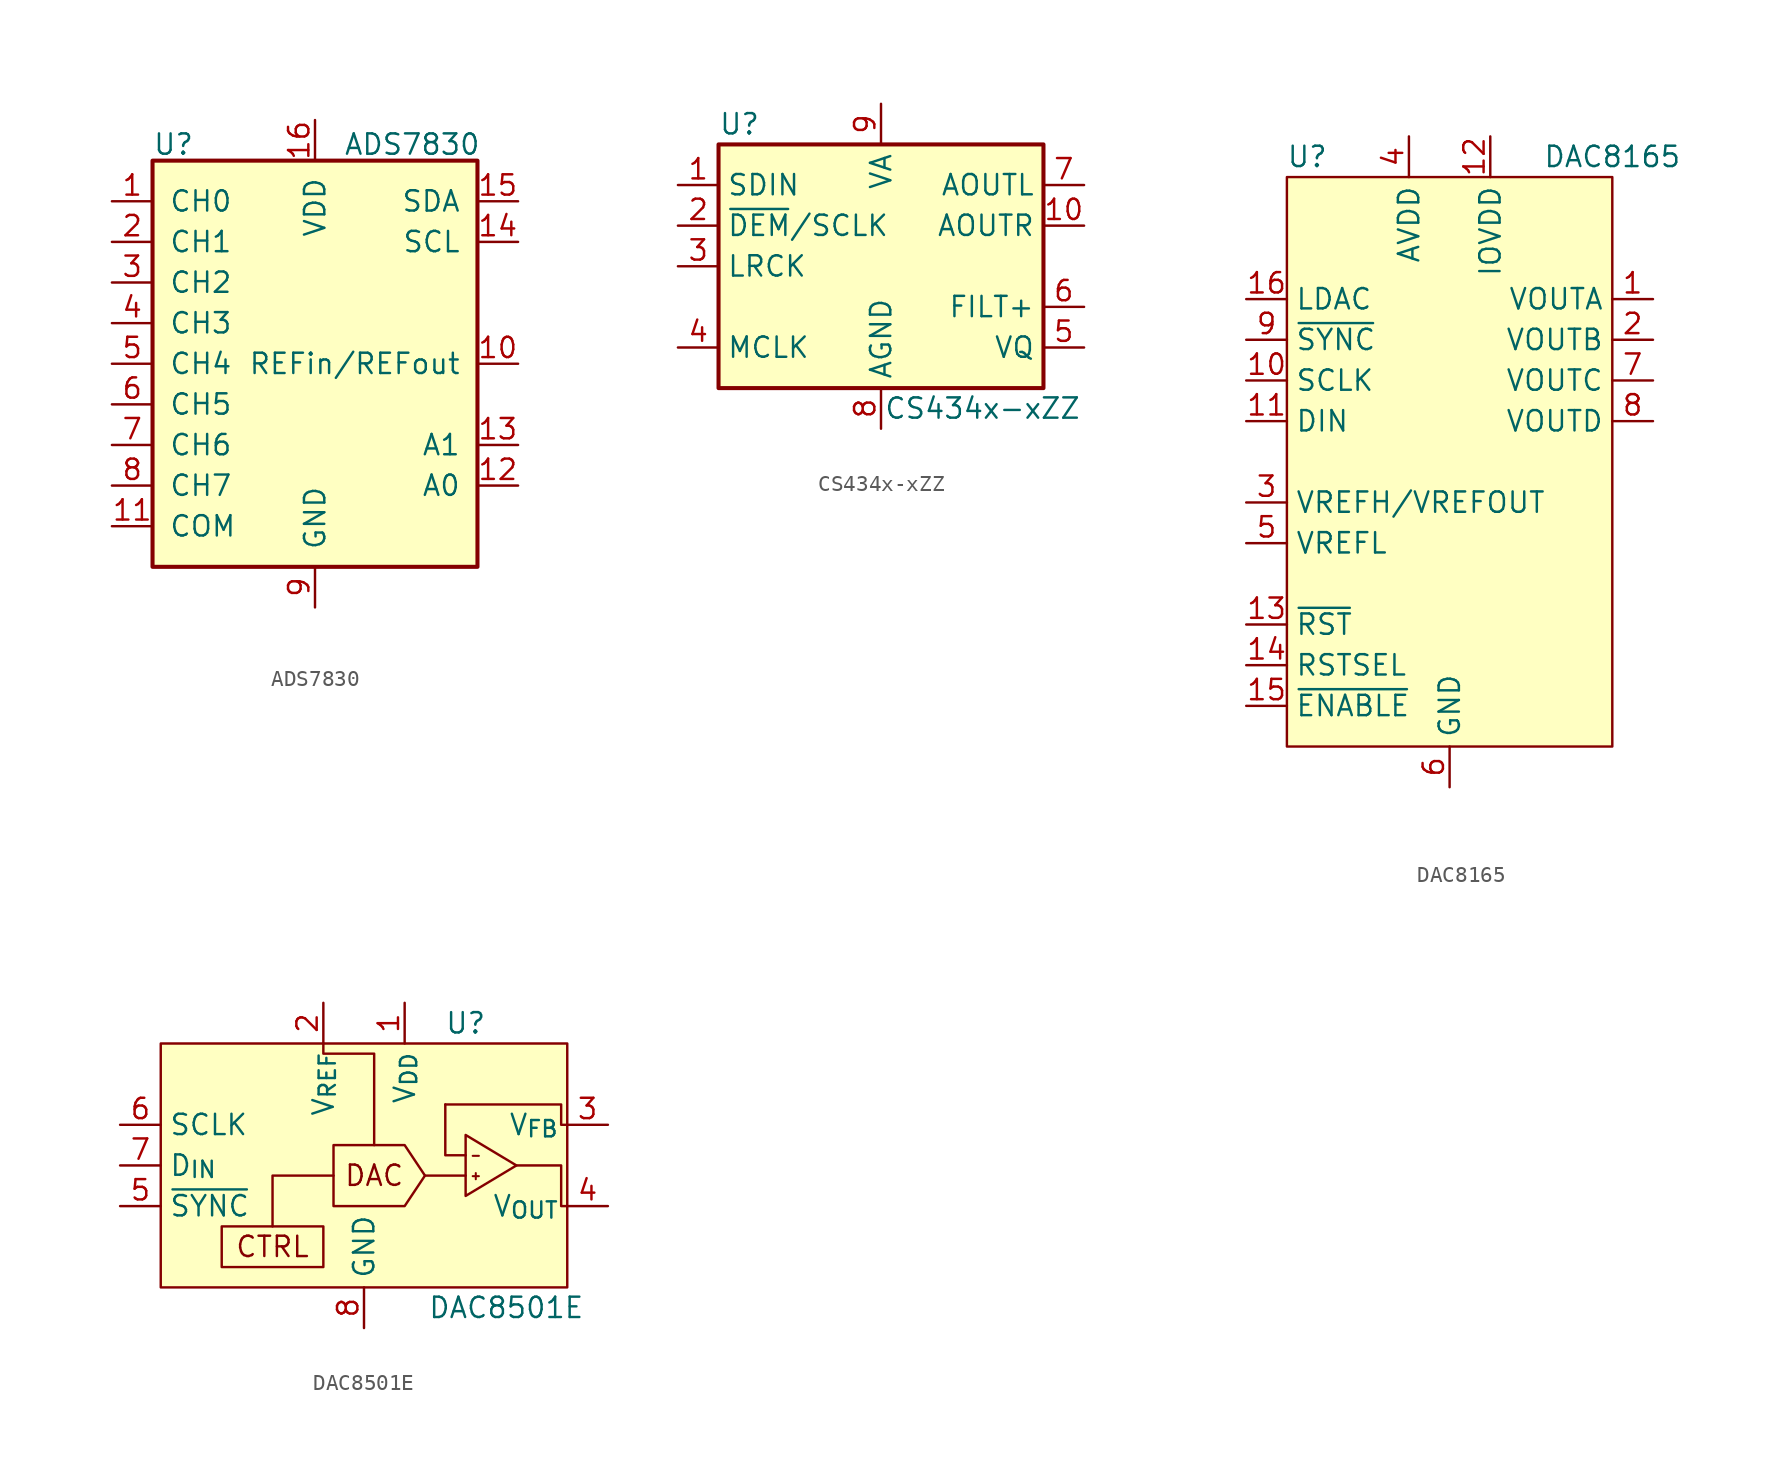
<source format=kicad_sym>
(kicad_symbol_lib
  (version 20231120)
  (generator "kicad_symbol_editor")
  (generator_version "8.0")
  (symbol "ADS7830"
    (pin_names
      (offset 1.016))
    (property "Reference" "U"
      (at -10.16 13.716 0)
      (effects (font (size 1.27 1.27)) (justify left)))
    (property "Value" "ADS7830"
      (at 1.778 13.716 0)
      (effects (font (size 1.27 1.27)) (justify left)))
    (symbol "ADS7830_0_1"
      (rectangle (start -10.16 12.7) (end 10.16 -12.7) (stroke (width 0.254) (type default)) (fill (type background))))
    (symbol "ADS7830_1_1"
      (pin input line (at -12.7 10.16 0) (length 2.54) (name "CH0" (effects (font (size 1.27 1.27)))) (number "1" (effects (font (size 1.27 1.27)))))
      (pin bidirectional line (at 12.7 0 180) (length 2.54) (name "REFin/REFout" (effects (font (size 1.27 1.27)))) (number "10" (effects (font (size 1.27 1.27)))))
      (pin input line (at -12.7 -10.16 0) (length 2.54) (name "COM" (effects (font (size 1.27 1.27)))) (number "11" (effects (font (size 1.27 1.27)))))
      (pin input line (at 12.7 -7.62 180) (length 2.54) (name "A0" (effects (font (size 1.27 1.27)))) (number "12" (effects (font (size 1.27 1.27)))))
      (pin input line (at 12.7 -5.08 180) (length 2.54) (name "A1" (effects (font (size 1.27 1.27)))) (number "13" (effects (font (size 1.27 1.27)))))
      (pin input line (at 12.7 7.62 180) (length 2.54) (name "SCL" (effects (font (size 1.27 1.27)))) (number "14" (effects (font (size 1.27 1.27)))))
      (pin bidirectional line (at 12.7 10.16 180) (length 2.54) (name "SDA" (effects (font (size 1.27 1.27)))) (number "15" (effects (font (size 1.27 1.27)))))
      (pin power_in line (at 0 15.24 270) (length 2.54) (name "VDD" (effects (font (size 1.27 1.27)))) (number "16" (effects (font (size 1.27 1.27)))))
      (pin input line (at -12.7 7.62 0) (length 2.54) (name "CH1" (effects (font (size 1.27 1.27)))) (number "2" (effects (font (size 1.27 1.27)))))
      (pin input line (at -12.7 5.08 0) (length 2.54) (name "CH2" (effects (font (size 1.27 1.27)))) (number "3" (effects (font (size 1.27 1.27)))))
      (pin input line (at -12.7 2.54 0) (length 2.54) (name "CH3" (effects (font (size 1.27 1.27)))) (number "4" (effects (font (size 1.27 1.27)))))
      (pin input line (at -12.7 0 0) (length 2.54) (name "CH4" (effects (font (size 1.27 1.27)))) (number "5" (effects (font (size 1.27 1.27)))))
      (pin input line (at -12.7 -2.54 0) (length 2.54) (name "CH5" (effects (font (size 1.27 1.27)))) (number "6" (effects (font (size 1.27 1.27)))))
      (pin input line (at -12.7 -5.08 0) (length 2.54) (name "CH6" (effects (font (size 1.27 1.27)))) (number "7" (effects (font (size 1.27 1.27)))))
      (pin input line (at -12.7 -7.62 0) (length 2.54) (name "CH7" (effects (font (size 1.27 1.27)))) (number "8" (effects (font (size 1.27 1.27)))))
      (pin power_in line (at 0 -15.24 90) (length 2.54) (name "GND" (effects (font (size 1.27 1.27)))) (number "9" (effects (font (size 1.27 1.27)))))))
  (symbol "CS434x-xZZ"
    (property "Reference" "U"
      (at -10.16 8.89 0)
      (effects (font (size 1.27 1.27)) (justify left)))
    (property "Value" "CS434x-xZZ"
      (at 6.35 -8.89 0)
      (effects (font (size 1.27 1.27))))
    (symbol "CS434x-xZZ_0_1"
      (rectangle (start -10.16 7.62) (end 10.16 -7.62) (stroke (width 0.254) (type default)) (fill (type background))))
    (symbol "CS434x-xZZ_1_1"
      (pin input line (at -12.7 5.08 0) (length 2.54) (name "SDIN" (effects (font (size 1.27 1.27)))) (number "1" (effects (font (size 1.27 1.27)))))
      (pin output line (at 12.7 2.54 180) (length 2.54) (name "AOUTR" (effects (font (size 1.27 1.27)))) (number "10" (effects (font (size 1.27 1.27)))))
      (pin input line (at -12.7 2.54 0) (length 2.54) (name "~{DEM}/SCLK" (effects (font (size 1.27 1.27)))) (number "2" (effects (font (size 1.27 1.27)))))
      (pin input line (at -12.7 0 0) (length 2.54) (name "LRCK" (effects (font (size 1.27 1.27)))) (number "3" (effects (font (size 1.27 1.27)))))
      (pin input line (at -12.7 -5.08 0) (length 2.54) (name "MCLK" (effects (font (size 1.27 1.27)))) (number "4" (effects (font (size 1.27 1.27)))))
      (pin passive line (at 12.7 -5.08 180) (length 2.54) (name "VQ" (effects (font (size 1.27 1.27)))) (number "5" (effects (font (size 1.27 1.27)))))
      (pin passive line (at 12.7 -2.54 180) (length 2.54) (name "FILT+" (effects (font (size 1.27 1.27)))) (number "6" (effects (font (size 1.27 1.27)))))
      (pin output line (at 12.7 5.08 180) (length 2.54) (name "AOUTL" (effects (font (size 1.27 1.27)))) (number "7" (effects (font (size 1.27 1.27)))))
      (pin power_in line (at 0 -10.16 90) (length 2.54) (name "AGND" (effects (font (size 1.27 1.27)))) (number "8" (effects (font (size 1.27 1.27)))))
      (pin power_in line (at 0 10.16 270) (length 2.54) (name "VA" (effects (font (size 1.27 1.27)))) (number "9" (effects (font (size 1.27 1.27)))))))
  (symbol "DAC8165"
    (property "Reference" "U"
      (at -8.89 21.59 0)
      (effects (font (size 1.27 1.27))))
    (property "Value" "DAC8165"
      (at 10.16 21.59 0)
      (effects (font (size 1.27 1.27))))
    (symbol "DAC8165_0_0"
      (pin output line (at 12.7 12.7 180) (length 2.54) (name "VOUTA" (effects (font (size 1.27 1.27)))) (number "1" (effects (font (size 1.27 1.27)))))
      (pin input line (at -12.7 7.62 0) (length 2.54) (name "SCLK" (effects (font (size 1.27 1.27)))) (number "10" (effects (font (size 1.27 1.27)))))
      (pin input line (at -12.7 5.08 0) (length 2.54) (name "DIN" (effects (font (size 1.27 1.27)))) (number "11" (effects (font (size 1.27 1.27)))))
      (pin power_in line (at 2.54 22.86 270) (length 2.54) (name "IOVDD" (effects (font (size 1.27 1.27)))) (number "12" (effects (font (size 1.27 1.27)))))
      (pin input line (at -12.7 -7.62 0) (length 2.54) (name "~{RST}" (effects (font (size 1.27 1.27)))) (number "13" (effects (font (size 1.27 1.27)))))
      (pin input line (at -12.7 -10.16 0) (length 2.54) (name "RSTSEL" (effects (font (size 1.27 1.27)))) (number "14" (effects (font (size 1.27 1.27)))))
      (pin input line (at -12.7 -12.7 0) (length 2.54) (name "~{ENABLE}" (effects (font (size 1.27 1.27)))) (number "15" (effects (font (size 1.27 1.27)))))
      (pin input line (at -12.7 12.7 0) (length 2.54) (name "LDAC" (effects (font (size 1.27 1.27)))) (number "16" (effects (font (size 1.27 1.27)))))
      (pin output line (at 12.7 10.16 180) (length 2.54) (name "VOUTB" (effects (font (size 1.27 1.27)))) (number "2" (effects (font (size 1.27 1.27)))))
      (pin bidirectional line (at -12.7 0 0) (length 2.54) (name "VREFH/VREFOUT" (effects (font (size 1.27 1.27)))) (number "3" (effects (font (size 1.27 1.27)))))
      (pin power_in line (at -2.54 22.86 270) (length 2.54) (name "AVDD" (effects (font (size 1.27 1.27)))) (number "4" (effects (font (size 1.27 1.27)))))
      (pin input line (at -12.7 -2.54 0) (length 2.54) (name "VREFL" (effects (font (size 1.27 1.27)))) (number "5" (effects (font (size 1.27 1.27)))))
      (pin power_in line (at 0 -17.78 90) (length 2.54) (name "GND" (effects (font (size 1.27 1.27)))) (number "6" (effects (font (size 1.27 1.27)))))
      (pin output line (at 12.7 7.62 180) (length 2.54) (name "VOUTC" (effects (font (size 1.27 1.27)))) (number "7" (effects (font (size 1.27 1.27)))))
      (pin output line (at 12.7 5.08 180) (length 2.54) (name "VOUTD" (effects (font (size 1.27 1.27)))) (number "8" (effects (font (size 1.27 1.27)))))
      (pin input line (at -12.7 10.16 0) (length 2.54) (name "~{SYNC}" (effects (font (size 1.27 1.27)))) (number "9" (effects (font (size 1.27 1.27))))))
    (symbol "DAC8165_0_1"
      (rectangle (start -10.16 20.32) (end 10.16 -15.24) (stroke (width 0.152) (type default)) (fill (type background)))))
  (symbol "DAC8501E"
    (property "Reference" "U"
      (at 6.35 8.89 0)
      (effects (font (size 1.27 1.27))))
    (property "Value" "DAC8501E"
      (at 8.89 -8.89 0)
      (effects (font (size 1.27 1.27))))
    (symbol "DAC8501E_0_0"
      (text "DAC" (at 0.635 -0.635 0) (effects (font (size 1.27 1.27)))))
    (symbol "DAC8501E_0_1"
      (polyline (pts (xy 3.81 -0.635) (xy 6.35 -0.635)) (stroke (width 0) (type default)) (fill (type none)))
      (polyline (pts (xy 6.35 0.635) (xy 5.08 0.635) (xy 5.08 3.81)) (stroke (width 0) (type default)) (fill (type none)))
      (polyline (pts (xy 6.35 0) (xy 6.35 1.905) (xy 9.525 0) (xy 6.35 -1.905) (xy 6.35 0)) (stroke (width 0) (type default)) (fill (type none)))
      (polyline (pts (xy 3.81 -0.635) (xy 2.54 1.27) (xy -1.905 1.27) (xy -1.905 -2.54) (xy 2.54 -2.54) (xy 3.81 -0.635)) (stroke (width 0) (type default)) (fill (type none))))
    (symbol "DAC8501E_1_1"
      (rectangle (start -12.7 7.62) (end 12.7 -7.62) (stroke (width 0) (type default)) (fill (type background)))
      (rectangle (start -8.89 -3.81) (end -2.54 -6.35) (stroke (width 0) (type default)) (fill (type none)))
      (polyline (pts (xy -5.715 -3.81) (xy -5.715 -0.635) (xy -1.905 -0.635)) (stroke (width 0) (type default)) (fill (type none)))
      (polyline (pts (xy -2.54 7.62) (xy -2.54 6.985) (xy 0.635 6.985) (xy 0.635 1.27)) (stroke (width 0) (type default)) (fill (type none)))
      (polyline (pts (xy 9.525 0) (xy 12.319 0) (xy 12.319 -2.54) (xy 12.7 -2.54)) (stroke (width 0) (type default)) (fill (type none)))
      (polyline (pts (xy 12.7 2.54) (xy 12.319 2.54) (xy 12.319 3.81) (xy 5.08 3.81)) (stroke (width 0) (type default)) (fill (type none)))
      (text "+" (at 6.985 -0.635 0) (effects (font (size 0.508 0.508))))
      (text "-" (at 6.985 0.635 0) (effects (font (size 0.508 0.508))))
      (text "CTRL" (at -5.715 -5.08 0) (effects (font (size 1.27 1.27))))
      (pin power_in line (at 2.54 10.16 270) (length 2.54) (name "V_{DD}" (effects (font (size 1.27 1.27)))) (number "1" (effects (font (size 1.27 1.27)))))
      (pin input line (at -2.54 10.16 270) (length 2.54) (name "V_{REF}" (effects (font (size 1.27 1.27)))) (number "2" (effects (font (size 1.27 1.27)))))
      (pin input line (at 15.24 2.54 180) (length 2.54) (name "V_{FB}" (effects (font (size 1.27 1.27)))) (number "3" (effects (font (size 1.27 1.27)))))
      (pin output line (at 15.24 -2.54 180) (length 2.54) (name "V_{OUT}" (effects (font (size 1.27 1.27)))) (number "4" (effects (font (size 1.27 1.27)))))
      (pin input line (at -15.24 -2.54 0) (length 2.54) (name "~{SYNC}" (effects (font (size 1.27 1.27)))) (number "5" (effects (font (size 1.27 1.27)))))
      (pin input line (at -15.24 2.54 0) (length 2.54) (name "SCLK" (effects (font (size 1.27 1.27)))) (number "6" (effects (font (size 1.27 1.27)))))
      (pin input line (at -15.24 0 0) (length 2.54) (name "D_{IN}" (effects (font (size 1.27 1.27)))) (number "7" (effects (font (size 1.27 1.27)))))
      (pin power_in line (at 0 -10.16 90) (length 2.54) (name "GND" (effects (font (size 1.27 1.27)))) (number "8" (effects (font (size 1.27 1.27))))))))
</source>
